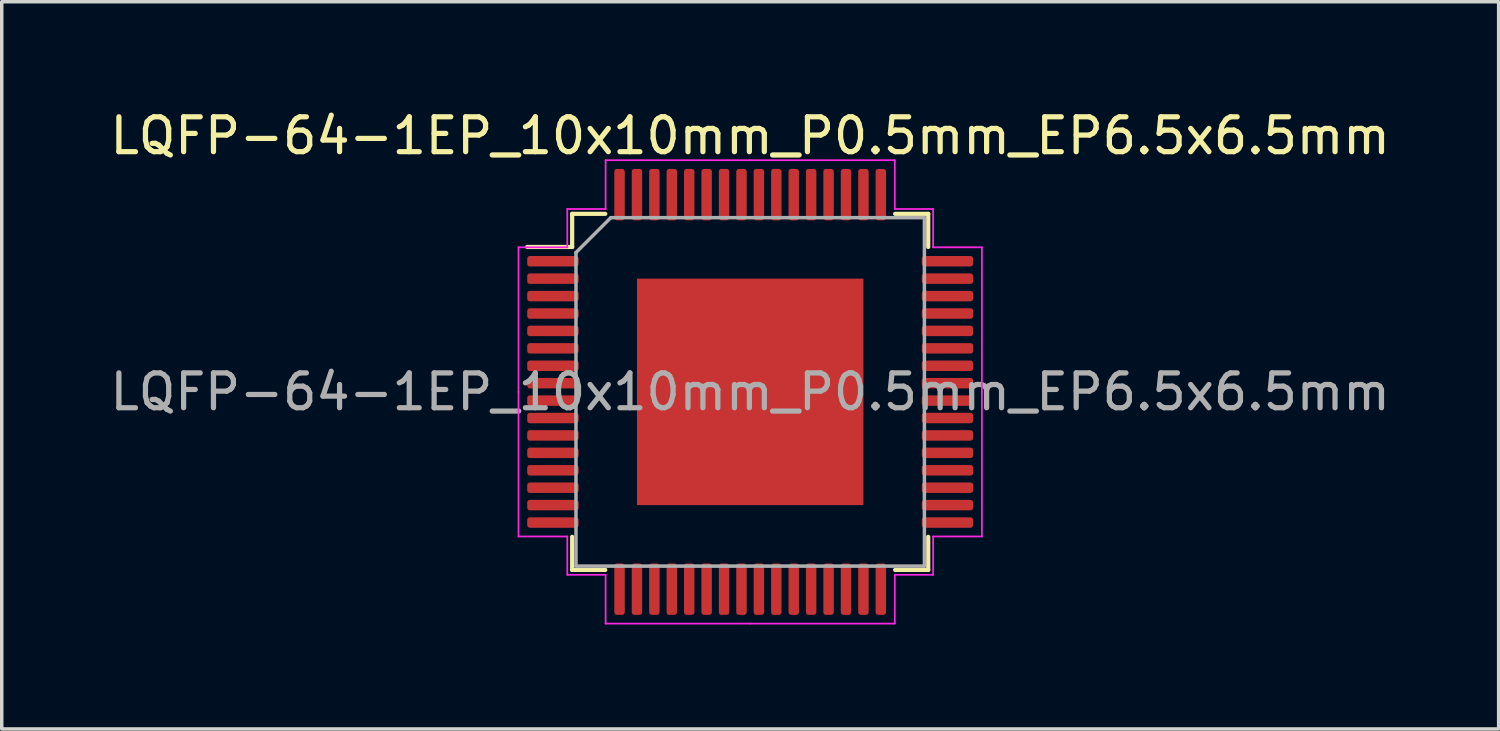
<source format=kicad_pcb>
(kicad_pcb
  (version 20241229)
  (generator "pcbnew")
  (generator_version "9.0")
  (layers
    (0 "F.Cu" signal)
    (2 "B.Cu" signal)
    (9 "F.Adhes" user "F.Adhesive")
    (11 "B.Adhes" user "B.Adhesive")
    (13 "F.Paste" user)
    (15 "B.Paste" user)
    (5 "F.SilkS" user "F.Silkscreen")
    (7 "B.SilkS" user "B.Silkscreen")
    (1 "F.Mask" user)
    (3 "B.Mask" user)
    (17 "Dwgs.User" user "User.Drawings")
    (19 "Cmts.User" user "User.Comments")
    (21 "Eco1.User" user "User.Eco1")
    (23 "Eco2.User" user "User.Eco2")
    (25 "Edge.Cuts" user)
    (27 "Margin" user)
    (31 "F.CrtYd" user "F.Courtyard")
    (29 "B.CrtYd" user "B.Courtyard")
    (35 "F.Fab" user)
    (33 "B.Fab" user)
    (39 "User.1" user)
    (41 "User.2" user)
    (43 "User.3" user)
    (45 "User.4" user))
  (footprint "LQFP-64-1EP_10x10mm_P0.5mm_EP6.5x6.5mm"
    (layer "F.Cu")
    (at 18.482 8.198)
    (property "Reference" "LQFP-64-1EP_10x10mm_P0.5mm_EP6.5x6.5mm" (at 0 -7.35 0) (layer "F.SilkS") (effects (font (size 1 1) (thickness 0.15))))
    (attr smd)
    (fp_line (start -5.11 -5.11) (end -5.11 -4.16) (stroke (width 0.12) (type solid)) (layer "F.SilkS"))
    (fp_line (start -5.11 -4.16) (end -6.4 -4.16) (stroke (width 0.12) (type solid)) (layer "F.SilkS"))
    (fp_line (start -5.11 5.11) (end -5.11 4.16) (stroke (width 0.12) (type solid)) (layer "F.SilkS"))
    (fp_line (start -4.16 -5.11) (end -5.11 -5.11) (stroke (width 0.12) (type solid)) (layer "F.SilkS"))
    (fp_line (start -4.16 5.11) (end -5.11 5.11) (stroke (width 0.12) (type solid)) (layer "F.SilkS"))
    (fp_line (start 4.16 -5.11) (end 5.11 -5.11) (stroke (width 0.12) (type solid)) (layer "F.SilkS"))
    (fp_line (start 4.16 5.11) (end 5.11 5.11) (stroke (width 0.12) (type solid)) (layer "F.SilkS"))
    (fp_line (start 5.11 -5.11) (end 5.11 -4.16) (stroke (width 0.12) (type solid)) (layer "F.SilkS"))
    (fp_line (start 5.11 5.11) (end 5.11 4.16) (stroke (width 0.12) (type solid)) (layer "F.SilkS"))
    (fp_line (start -6.65 -4.15) (end -6.65 0) (stroke (width 0.05) (type solid)) (layer "F.CrtYd"))
    (fp_line (start -6.65 4.15) (end -6.65 0) (stroke (width 0.05) (type solid)) (layer "F.CrtYd"))
    (fp_line (start -5.25 -5.25) (end -5.25 -4.15) (stroke (width 0.05) (type solid)) (layer "F.CrtYd"))
    (fp_line (start -5.25 -4.15) (end -6.65 -4.15) (stroke (width 0.05) (type solid)) (layer "F.CrtYd"))
    (fp_line (start -5.25 4.15) (end -6.65 4.15) (stroke (width 0.05) (type solid)) (layer "F.CrtYd"))
    (fp_line (start -5.25 5.25) (end -5.25 4.15) (stroke (width 0.05) (type solid)) (layer "F.CrtYd"))
    (fp_line (start -4.15 -6.65) (end -4.15 -5.25) (stroke (width 0.05) (type solid)) (layer "F.CrtYd"))
    (fp_line (start -4.15 -5.25) (end -5.25 -5.25) (stroke (width 0.05) (type solid)) (layer "F.CrtYd"))
    (fp_line (start -4.15 5.25) (end -5.25 5.25) (stroke (width 0.05) (type solid)) (layer "F.CrtYd"))
    (fp_line (start -4.15 6.65) (end -4.15 5.25) (stroke (width 0.05) (type solid)) (layer "F.CrtYd"))
    (fp_line (start 0 -6.65) (end -4.15 -6.65) (stroke (width 0.05) (type solid)) (layer "F.CrtYd"))
    (fp_line (start 0 -6.65) (end 4.15 -6.65) (stroke (width 0.05) (type solid)) (layer "F.CrtYd"))
    (fp_line (start 0 6.65) (end -4.15 6.65) (stroke (width 0.05) (type solid)) (layer "F.CrtYd"))
    (fp_line (start 0 6.65) (end 4.15 6.65) (stroke (width 0.05) (type solid)) (layer "F.CrtYd"))
    (fp_line (start 4.15 -6.65) (end 4.15 -5.25) (stroke (width 0.05) (type solid)) (layer "F.CrtYd"))
    (fp_line (start 4.15 -5.25) (end 5.25 -5.25) (stroke (width 0.05) (type solid)) (layer "F.CrtYd"))
    (fp_line (start 4.15 5.25) (end 5.25 5.25) (stroke (width 0.05) (type solid)) (layer "F.CrtYd"))
    (fp_line (start 4.15 6.65) (end 4.15 5.25) (stroke (width 0.05) (type solid)) (layer "F.CrtYd"))
    (fp_line (start 5.25 -5.25) (end 5.25 -4.15) (stroke (width 0.05) (type solid)) (layer "F.CrtYd"))
    (fp_line (start 5.25 -4.15) (end 6.65 -4.15) (stroke (width 0.05) (type solid)) (layer "F.CrtYd"))
    (fp_line (start 5.25 4.15) (end 6.65 4.15) (stroke (width 0.05) (type solid)) (layer "F.CrtYd"))
    (fp_line (start 5.25 5.25) (end 5.25 4.15) (stroke (width 0.05) (type solid)) (layer "F.CrtYd"))
    (fp_line (start 6.65 -4.15) (end 6.65 0) (stroke (width 0.05) (type solid)) (layer "F.CrtYd"))
    (fp_line (start 6.65 4.15) (end 6.65 0) (stroke (width 0.05) (type solid)) (layer "F.CrtYd"))
    (fp_line (start -5 -4) (end -4 -5) (stroke (width 0.1) (type solid)) (layer "F.Fab"))
    (fp_line (start -5 5) (end -5 -4) (stroke (width 0.1) (type solid)) (layer "F.Fab"))
    (fp_line (start -4 -5) (end 5 -5) (stroke (width 0.1) (type solid)) (layer "F.Fab"))
    (fp_line (start 5 -5) (end 5 5) (stroke (width 0.1) (type solid)) (layer "F.Fab"))
    (fp_line (start 5 5) (end -5 5) (stroke (width 0.1) (type solid)) (layer "F.Fab"))
    (fp_text user "${REFERENCE}" (at 0 0 0) (layer "F.Fab") (effects (font (size 1 1) (thickness 0.15))))
    (pad "" smd roundrect (at -2.6 -2.6) (size 1.05 1.05) (layers "F.Paste") (roundrect_rratio 0.238))
    (pad "" smd roundrect (at -2.6 -1.3) (size 1.05 1.05) (layers "F.Paste") (roundrect_rratio 0.238))
    (pad "" smd roundrect (at -2.6 0) (size 1.05 1.05) (layers "F.Paste") (roundrect_rratio 0.238))
    (pad "" smd roundrect (at -2.6 1.3) (size 1.05 1.05) (layers "F.Paste") (roundrect_rratio 0.238))
    (pad "" smd roundrect (at -2.6 2.6) (size 1.05 1.05) (layers "F.Paste") (roundrect_rratio 0.238))
    (pad "" smd roundrect (at -1.3 -2.6) (size 1.05 1.05) (layers "F.Paste") (roundrect_rratio 0.238))
    (pad "" smd roundrect (at -1.3 -1.3) (size 1.05 1.05) (layers "F.Paste") (roundrect_rratio 0.238))
    (pad "" smd roundrect (at -1.3 0) (size 1.05 1.05) (layers "F.Paste") (roundrect_rratio 0.238))
    (pad "" smd roundrect (at -1.3 1.3) (size 1.05 1.05) (layers "F.Paste") (roundrect_rratio 0.238))
    (pad "" smd roundrect (at -1.3 2.6) (size 1.05 1.05) (layers "F.Paste") (roundrect_rratio 0.238))
    (pad "" smd roundrect (at 0 -2.6) (size 1.05 1.05) (layers "F.Paste") (roundrect_rratio 0.238))
    (pad "" smd roundrect (at 0 -1.3) (size 1.05 1.05) (layers "F.Paste") (roundrect_rratio 0.238))
    (pad "" smd roundrect (at 0 0) (size 1.05 1.05) (layers "F.Paste") (roundrect_rratio 0.238))
    (pad "" smd roundrect (at 0 1.3) (size 1.05 1.05) (layers "F.Paste") (roundrect_rratio 0.238))
    (pad "" smd roundrect (at 0 2.6) (size 1.05 1.05) (layers "F.Paste") (roundrect_rratio 0.238))
    (pad "" smd roundrect (at 1.3 -2.6) (size 1.05 1.05) (layers "F.Paste") (roundrect_rratio 0.238))
    (pad "" smd roundrect (at 1.3 -1.3) (size 1.05 1.05) (layers "F.Paste") (roundrect_rratio 0.238))
    (pad "" smd roundrect (at 1.3 0) (size 1.05 1.05) (layers "F.Paste") (roundrect_rratio 0.238))
    (pad "" smd roundrect (at 1.3 1.3) (size 1.05 1.05) (layers "F.Paste") (roundrect_rratio 0.238))
    (pad "" smd roundrect (at 1.3 2.6) (size 1.05 1.05) (layers "F.Paste") (roundrect_rratio 0.238))
    (pad "" smd roundrect (at 2.6 -2.6) (size 1.05 1.05) (layers "F.Paste") (roundrect_rratio 0.238))
    (pad "" smd roundrect (at 2.6 -1.3) (size 1.05 1.05) (layers "F.Paste") (roundrect_rratio 0.238))
    (pad "" smd roundrect (at 2.6 0) (size 1.05 1.05) (layers "F.Paste") (roundrect_rratio 0.238))
    (pad "" smd roundrect (at 2.6 1.3) (size 1.05 1.05) (layers "F.Paste") (roundrect_rratio 0.238))
    (pad "" smd roundrect (at 2.6 2.6) (size 1.05 1.05) (layers "F.Paste") (roundrect_rratio 0.238))
    (pad "1" smd roundrect (at -5.662 -3.75) (size 1.475 0.3) (layers "F.Cu" "F.Mask" "F.Paste") (roundrect_rratio 0.25))
    (pad "2" smd roundrect (at -5.662 -3.25) (size 1.475 0.3) (layers "F.Cu" "F.Mask" "F.Paste") (roundrect_rratio 0.25))
    (pad "3" smd roundrect (at -5.662 -2.75) (size 1.475 0.3) (layers "F.Cu" "F.Mask" "F.Paste") (roundrect_rratio 0.25))
    (pad "4" smd roundrect (at -5.662 -2.25) (size 1.475 0.3) (layers "F.Cu" "F.Mask" "F.Paste") (roundrect_rratio 0.25))
    (pad "5" smd roundrect (at -5.662 -1.75) (size 1.475 0.3) (layers "F.Cu" "F.Mask" "F.Paste") (roundrect_rratio 0.25))
    (pad "6" smd roundrect (at -5.662 -1.25) (size 1.475 0.3) (layers "F.Cu" "F.Mask" "F.Paste") (roundrect_rratio 0.25))
    (pad "7" smd roundrect (at -5.662 -0.75) (size 1.475 0.3) (layers "F.Cu" "F.Mask" "F.Paste") (roundrect_rratio 0.25))
    (pad "8" smd roundrect (at -5.662 -0.25) (size 1.475 0.3) (layers "F.Cu" "F.Mask" "F.Paste") (roundrect_rratio 0.25))
    (pad "9" smd roundrect (at -5.662 0.25) (size 1.475 0.3) (layers "F.Cu" "F.Mask" "F.Paste") (roundrect_rratio 0.25))
    (pad "10" smd roundrect (at -5.662 0.75) (size 1.475 0.3) (layers "F.Cu" "F.Mask" "F.Paste") (roundrect_rratio 0.25))
    (pad "11" smd roundrect (at -5.662 1.25) (size 1.475 0.3) (layers "F.Cu" "F.Mask" "F.Paste") (roundrect_rratio 0.25))
    (pad "12" smd roundrect (at -5.662 1.75) (size 1.475 0.3) (layers "F.Cu" "F.Mask" "F.Paste") (roundrect_rratio 0.25))
    (pad "13" smd roundrect (at -5.662 2.25) (size 1.475 0.3) (layers "F.Cu" "F.Mask" "F.Paste") (roundrect_rratio 0.25))
    (pad "14" smd roundrect (at -5.662 2.75) (size 1.475 0.3) (layers "F.Cu" "F.Mask" "F.Paste") (roundrect_rratio 0.25))
    (pad "15" smd roundrect (at -5.662 3.25) (size 1.475 0.3) (layers "F.Cu" "F.Mask" "F.Paste") (roundrect_rratio 0.25))
    (pad "16" smd roundrect (at -5.662 3.75) (size 1.475 0.3) (layers "F.Cu" "F.Mask" "F.Paste") (roundrect_rratio 0.25))
    (pad "17" smd roundrect (at -3.75 5.662) (size 0.3 1.475) (layers "F.Cu" "F.Mask" "F.Paste") (roundrect_rratio 0.25))
    (pad "18" smd roundrect (at -3.25 5.662) (size 0.3 1.475) (layers "F.Cu" "F.Mask" "F.Paste") (roundrect_rratio 0.25))
    (pad "19" smd roundrect (at -2.75 5.662) (size 0.3 1.475) (layers "F.Cu" "F.Mask" "F.Paste") (roundrect_rratio 0.25))
    (pad "20" smd roundrect (at -2.25 5.662) (size 0.3 1.475) (layers "F.Cu" "F.Mask" "F.Paste") (roundrect_rratio 0.25))
    (pad "21" smd roundrect (at -1.75 5.662) (size 0.3 1.475) (layers "F.Cu" "F.Mask" "F.Paste") (roundrect_rratio 0.25))
    (pad "22" smd roundrect (at -1.25 5.662) (size 0.3 1.475) (layers "F.Cu" "F.Mask" "F.Paste") (roundrect_rratio 0.25))
    (pad "23" smd roundrect (at -0.75 5.662) (size 0.3 1.475) (layers "F.Cu" "F.Mask" "F.Paste") (roundrect_rratio 0.25))
    (pad "24" smd roundrect (at -0.25 5.662) (size 0.3 1.475) (layers "F.Cu" "F.Mask" "F.Paste") (roundrect_rratio 0.25))
    (pad "25" smd roundrect (at 0.25 5.662) (size 0.3 1.475) (layers "F.Cu" "F.Mask" "F.Paste") (roundrect_rratio 0.25))
    (pad "26" smd roundrect (at 0.75 5.662) (size 0.3 1.475) (layers "F.Cu" "F.Mask" "F.Paste") (roundrect_rratio 0.25))
    (pad "27" smd roundrect (at 1.25 5.662) (size 0.3 1.475) (layers "F.Cu" "F.Mask" "F.Paste") (roundrect_rratio 0.25))
    (pad "28" smd roundrect (at 1.75 5.662) (size 0.3 1.475) (layers "F.Cu" "F.Mask" "F.Paste") (roundrect_rratio 0.25))
    (pad "29" smd roundrect (at 2.25 5.662) (size 0.3 1.475) (layers "F.Cu" "F.Mask" "F.Paste") (roundrect_rratio 0.25))
    (pad "30" smd roundrect (at 2.75 5.662) (size 0.3 1.475) (layers "F.Cu" "F.Mask" "F.Paste") (roundrect_rratio 0.25))
    (pad "31" smd roundrect (at 3.25 5.662) (size 0.3 1.475) (layers "F.Cu" "F.Mask" "F.Paste") (roundrect_rratio 0.25))
    (pad "32" smd roundrect (at 3.75 5.662) (size 0.3 1.475) (layers "F.Cu" "F.Mask" "F.Paste") (roundrect_rratio 0.25))
    (pad "33" smd roundrect (at 5.662 3.75) (size 1.475 0.3) (layers "F.Cu" "F.Mask" "F.Paste") (roundrect_rratio 0.25))
    (pad "34" smd roundrect (at 5.662 3.25) (size 1.475 0.3) (layers "F.Cu" "F.Mask" "F.Paste") (roundrect_rratio 0.25))
    (pad "35" smd roundrect (at 5.662 2.75) (size 1.475 0.3) (layers "F.Cu" "F.Mask" "F.Paste") (roundrect_rratio 0.25))
    (pad "36" smd roundrect (at 5.662 2.25) (size 1.475 0.3) (layers "F.Cu" "F.Mask" "F.Paste") (roundrect_rratio 0.25))
    (pad "37" smd roundrect (at 5.662 1.75) (size 1.475 0.3) (layers "F.Cu" "F.Mask" "F.Paste") (roundrect_rratio 0.25))
    (pad "38" smd roundrect (at 5.662 1.25) (size 1.475 0.3) (layers "F.Cu" "F.Mask" "F.Paste") (roundrect_rratio 0.25))
    (pad "39" smd roundrect (at 5.662 0.75) (size 1.475 0.3) (layers "F.Cu" "F.Mask" "F.Paste") (roundrect_rratio 0.25))
    (pad "40" smd roundrect (at 5.662 0.25) (size 1.475 0.3) (layers "F.Cu" "F.Mask" "F.Paste") (roundrect_rratio 0.25))
    (pad "41" smd roundrect (at 5.662 -0.25) (size 1.475 0.3) (layers "F.Cu" "F.Mask" "F.Paste") (roundrect_rratio 0.25))
    (pad "42" smd roundrect (at 5.662 -0.75) (size 1.475 0.3) (layers "F.Cu" "F.Mask" "F.Paste") (roundrect_rratio 0.25))
    (pad "43" smd roundrect (at 5.662 -1.25) (size 1.475 0.3) (layers "F.Cu" "F.Mask" "F.Paste") (roundrect_rratio 0.25))
    (pad "44" smd roundrect (at 5.662 -1.75) (size 1.475 0.3) (layers "F.Cu" "F.Mask" "F.Paste") (roundrect_rratio 0.25))
    (pad "45" smd roundrect (at 5.662 -2.25) (size 1.475 0.3) (layers "F.Cu" "F.Mask" "F.Paste") (roundrect_rratio 0.25))
    (pad "46" smd roundrect (at 5.662 -2.75) (size 1.475 0.3) (layers "F.Cu" "F.Mask" "F.Paste") (roundrect_rratio 0.25))
    (pad "47" smd roundrect (at 5.662 -3.25) (size 1.475 0.3) (layers "F.Cu" "F.Mask" "F.Paste") (roundrect_rratio 0.25))
    (pad "48" smd roundrect (at 5.662 -3.75) (size 1.475 0.3) (layers "F.Cu" "F.Mask" "F.Paste") (roundrect_rratio 0.25))
    (pad "49" smd roundrect (at 3.75 -5.662) (size 0.3 1.475) (layers "F.Cu" "F.Mask" "F.Paste") (roundrect_rratio 0.25))
    (pad "50" smd roundrect (at 3.25 -5.662) (size 0.3 1.475) (layers "F.Cu" "F.Mask" "F.Paste") (roundrect_rratio 0.25))
    (pad "51" smd roundrect (at 2.75 -5.662) (size 0.3 1.475) (layers "F.Cu" "F.Mask" "F.Paste") (roundrect_rratio 0.25))
    (pad "52" smd roundrect (at 2.25 -5.662) (size 0.3 1.475) (layers "F.Cu" "F.Mask" "F.Paste") (roundrect_rratio 0.25))
    (pad "53" smd roundrect (at 1.75 -5.662) (size 0.3 1.475) (layers "F.Cu" "F.Mask" "F.Paste") (roundrect_rratio 0.25))
    (pad "54" smd roundrect (at 1.25 -5.662) (size 0.3 1.475) (layers "F.Cu" "F.Mask" "F.Paste") (roundrect_rratio 0.25))
    (pad "55" smd roundrect (at 0.75 -5.662) (size 0.3 1.475) (layers "F.Cu" "F.Mask" "F.Paste") (roundrect_rratio 0.25))
    (pad "56" smd roundrect (at 0.25 -5.662) (size 0.3 1.475) (layers "F.Cu" "F.Mask" "F.Paste") (roundrect_rratio 0.25))
    (pad "57" smd roundrect (at -0.25 -5.662) (size 0.3 1.475) (layers "F.Cu" "F.Mask" "F.Paste") (roundrect_rratio 0.25))
    (pad "58" smd roundrect (at -0.75 -5.662) (size 0.3 1.475) (layers "F.Cu" "F.Mask" "F.Paste") (roundrect_rratio 0.25))
    (pad "59" smd roundrect (at -1.25 -5.662) (size 0.3 1.475) (layers "F.Cu" "F.Mask" "F.Paste") (roundrect_rratio 0.25))
    (pad "60" smd roundrect (at -1.75 -5.662) (size 0.3 1.475) (layers "F.Cu" "F.Mask" "F.Paste") (roundrect_rratio 0.25))
    (pad "61" smd roundrect (at -2.25 -5.662) (size 0.3 1.475) (layers "F.Cu" "F.Mask" "F.Paste") (roundrect_rratio 0.25))
    (pad "62" smd roundrect (at -2.75 -5.662) (size 0.3 1.475) (layers "F.Cu" "F.Mask" "F.Paste") (roundrect_rratio 0.25))
    (pad "63" smd roundrect (at -3.25 -5.662) (size 0.3 1.475) (layers "F.Cu" "F.Mask" "F.Paste") (roundrect_rratio 0.25))
    (pad "64" smd roundrect (at -3.75 -5.662) (size 0.3 1.475) (layers "F.Cu" "F.Mask" "F.Paste") (roundrect_rratio 0.25))
    (pad "65" smd rect (at 0 0) (size 6.5 6.5) (layers "F.Cu" "F.Mask")))
  (gr_rect
    (start -3 -3)
    (end 39.964 17.873)
    (stroke (width 0.1) (type default))
    (fill no)
    (layer "Edge.Cuts")))
</source>
